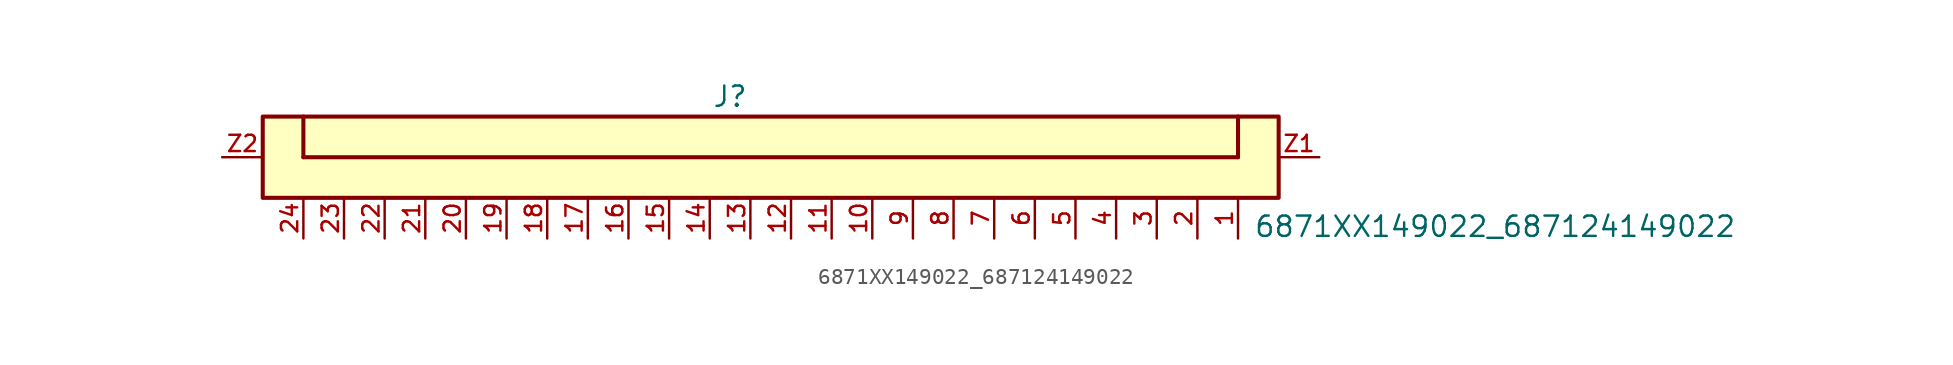
<source format=kicad_sym>
(kicad_symbol_lib
  (version 20211014)
  (generator kicad_symbol_editor)
  (symbol "6871XX149022_687124149022"
    (pin_names
      (offset 1.016))
    (property "Reference" "J"
      (at -3.81 3.048 0)
      (effects (font (size 1.27 1.27)) (justify bottom)))
    (property "Value" "6871XX149022_687124149022"
      (at 28.91 -5.08 0)
      (effects (font (size 1.27 1.27)) (justify bottom left)))
    (symbol "6871XX149022_687124149022_0_0"
      (polyline (pts (xy -30.48 2.54) (xy -30.48 0.0)) (stroke (width 0.254)))
      (polyline (pts (xy -30.48 0.0) (xy 27.94 0.0)) (stroke (width 0.254)))
      (polyline (pts (xy 27.94 0.0) (xy 27.94 2.54)) (stroke (width 0.254)))
      (rectangle (start -33.02 -2.54) (end 30.48 2.54) (stroke (width 0.254)) (fill (type background)))
      (pin passive line (at 27.94 -5.08 90.0) (length 2.54) (name "~" (effects (font (size 1.016 1.016)))) (number "1" (effects (font (size 1.016 1.016)))))
      (pin passive line (at 25.4 -5.08 90.0) (length 2.54) (name "~" (effects (font (size 1.016 1.016)))) (number "2" (effects (font (size 1.016 1.016)))))
      (pin passive line (at 22.86 -5.08 90.0) (length 2.54) (name "~" (effects (font (size 1.016 1.016)))) (number "3" (effects (font (size 1.016 1.016)))))
      (pin passive line (at 20.32 -5.08 90.0) (length 2.54) (name "~" (effects (font (size 1.016 1.016)))) (number "4" (effects (font (size 1.016 1.016)))))
      (pin passive line (at 17.78 -5.08 90.0) (length 2.54) (name "~" (effects (font (size 1.016 1.016)))) (number "5" (effects (font (size 1.016 1.016)))))
      (pin passive line (at 15.24 -5.08 90.0) (length 2.54) (name "~" (effects (font (size 1.016 1.016)))) (number "6" (effects (font (size 1.016 1.016)))))
      (pin passive line (at 12.7 -5.08 90.0) (length 2.54) (name "~" (effects (font (size 1.016 1.016)))) (number "7" (effects (font (size 1.016 1.016)))))
      (pin passive line (at 10.16 -5.08 90.0) (length 2.54) (name "~" (effects (font (size 1.016 1.016)))) (number "8" (effects (font (size 1.016 1.016)))))
      (pin passive line (at 7.62 -5.08 90.0) (length 2.54) (name "~" (effects (font (size 1.016 1.016)))) (number "9" (effects (font (size 1.016 1.016)))))
      (pin passive line (at 5.08 -5.08 90.0) (length 2.54) (name "~" (effects (font (size 1.016 1.016)))) (number "10" (effects (font (size 1.016 1.016)))))
      (pin passive line (at 2.54 -5.08 90.0) (length 2.54) (name "~" (effects (font (size 1.016 1.016)))) (number "11" (effects (font (size 1.016 1.016)))))
      (pin passive line (at 0.0 -5.08 90.0) (length 2.54) (name "~" (effects (font (size 1.016 1.016)))) (number "12" (effects (font (size 1.016 1.016)))))
      (pin passive line (at -2.54 -5.08 90.0) (length 2.54) (name "~" (effects (font (size 1.016 1.016)))) (number "13" (effects (font (size 1.016 1.016)))))
      (pin passive line (at -5.08 -5.08 90.0) (length 2.54) (name "~" (effects (font (size 1.016 1.016)))) (number "14" (effects (font (size 1.016 1.016)))))
      (pin passive line (at -7.62 -5.08 90.0) (length 2.54) (name "~" (effects (font (size 1.016 1.016)))) (number "15" (effects (font (size 1.016 1.016)))))
      (pin passive line (at -10.16 -5.08 90.0) (length 2.54) (name "~" (effects (font (size 1.016 1.016)))) (number "16" (effects (font (size 1.016 1.016)))))
      (pin passive line (at -12.7 -5.08 90.0) (length 2.54) (name "~" (effects (font (size 1.016 1.016)))) (number "17" (effects (font (size 1.016 1.016)))))
      (pin passive line (at -15.24 -5.08 90.0) (length 2.54) (name "~" (effects (font (size 1.016 1.016)))) (number "18" (effects (font (size 1.016 1.016)))))
      (pin passive line (at -17.78 -5.08 90.0) (length 2.54) (name "~" (effects (font (size 1.016 1.016)))) (number "19" (effects (font (size 1.016 1.016)))))
      (pin passive line (at -20.32 -5.08 90.0) (length 2.54) (name "~" (effects (font (size 1.016 1.016)))) (number "20" (effects (font (size 1.016 1.016)))))
      (pin passive line (at -22.86 -5.08 90.0) (length 2.54) (name "~" (effects (font (size 1.016 1.016)))) (number "21" (effects (font (size 1.016 1.016)))))
      (pin passive line (at -25.4 -5.08 90.0) (length 2.54) (name "~" (effects (font (size 1.016 1.016)))) (number "22" (effects (font (size 1.016 1.016)))))
      (pin passive line (at -27.94 -5.08 90.0) (length 2.54) (name "~" (effects (font (size 1.016 1.016)))) (number "23" (effects (font (size 1.016 1.016)))))
      (pin passive line (at -30.48 -5.08 90.0) (length 2.54) (name "~" (effects (font (size 1.016 1.016)))) (number "24" (effects (font (size 1.016 1.016)))))
      (pin passive line (at 33.02 0.0 180.0) (length 2.54) (name "~" (effects (font (size 1.016 1.016)))) (number "Z1" (effects (font (size 1.016 1.016)))))
      (pin passive line (at -35.56 0.0 0) (length 2.54) (name "~" (effects (font (size 1.016 1.016)))) (number "Z2" (effects (font (size 1.016 1.016))))))))
</source>
